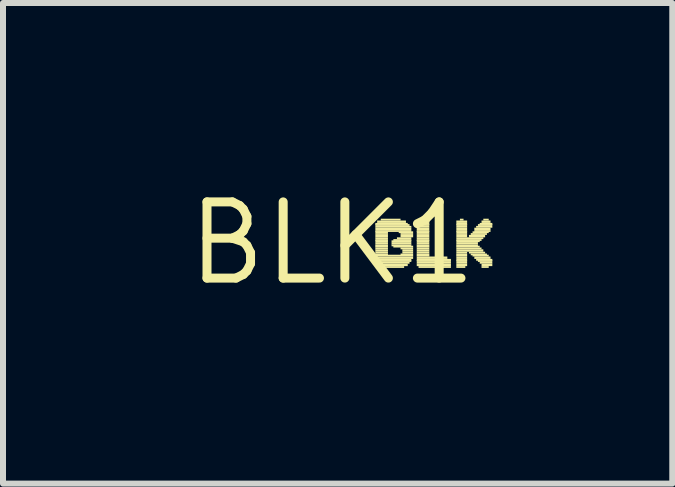
<source format=kicad_pcb>
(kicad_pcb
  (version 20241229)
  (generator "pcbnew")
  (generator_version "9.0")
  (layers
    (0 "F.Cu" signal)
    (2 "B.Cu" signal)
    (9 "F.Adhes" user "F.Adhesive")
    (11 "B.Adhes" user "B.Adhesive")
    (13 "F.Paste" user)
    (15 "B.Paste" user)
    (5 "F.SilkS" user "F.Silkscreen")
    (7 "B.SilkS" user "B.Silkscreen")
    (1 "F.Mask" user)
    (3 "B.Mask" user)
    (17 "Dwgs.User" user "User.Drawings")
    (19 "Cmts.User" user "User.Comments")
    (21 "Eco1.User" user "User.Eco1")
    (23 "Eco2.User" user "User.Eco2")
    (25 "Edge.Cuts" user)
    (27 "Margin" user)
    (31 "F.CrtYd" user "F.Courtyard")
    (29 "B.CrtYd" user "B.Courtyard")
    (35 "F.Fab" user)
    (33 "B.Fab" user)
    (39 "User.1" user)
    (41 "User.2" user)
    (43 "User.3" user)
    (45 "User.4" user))
  (footprint "BLK1"
    (layer "F.Cu")
    (at 2.487 1.006)
    (property "Reference" "BLK1" (at 0 0 0) (layer "F.SilkS") (effects (font (size 1.27 1.27) (thickness 0.15))))
    (attr through_hole)
    (fp_poly (pts (xy 0.72 -0.31) (xy 1.26 -0.31) (xy 1.26 -0.34) (xy 0.72 -0.34)) (stroke (width 0) (type solid)) (fill yes) (layer "F.SilkS"))
    (fp_poly (pts (xy 0.72 -0.29) (xy 1.29 -0.29) (xy 1.29 -0.32) (xy 0.72 -0.32)) (stroke (width 0) (type solid)) (fill yes) (layer "F.SilkS"))
    (fp_poly (pts (xy 0.72 -0.26) (xy 1.32 -0.26) (xy 1.32 -0.29) (xy 0.72 -0.29)) (stroke (width 0) (type solid)) (fill yes) (layer "F.SilkS"))
    (fp_poly (pts (xy 0.72 -0.22) (xy 1.32 -0.22) (xy 1.32 -0.26) (xy 0.72 -0.26)) (stroke (width 0) (type solid)) (fill yes) (layer "F.SilkS"))
    (fp_poly (pts (xy 0.72 -0.19) (xy 1.32 -0.19) (xy 1.32 -0.22) (xy 0.72 -0.22)) (stroke (width 0) (type solid)) (fill yes) (layer "F.SilkS"))
    (fp_poly (pts (xy 0.72 -0.17) (xy 0.93 -0.17) (xy 0.93 -0.2) (xy 0.72 -0.2)) (stroke (width 0) (type solid)) (fill yes) (layer "F.SilkS"))
    (fp_poly (pts (xy 0.72 -0.14) (xy 0.93 -0.14) (xy 0.93 -0.17) (xy 0.72 -0.17)) (stroke (width 0) (type solid)) (fill yes) (layer "F.SilkS"))
    (fp_poly (pts (xy 0.72 -0.1) (xy 0.93 -0.1) (xy 0.93 -0.14) (xy 0.72 -0.14)) (stroke (width 0) (type solid)) (fill yes) (layer "F.SilkS"))
    (fp_poly (pts (xy 0.72 -0.07) (xy 0.93 -0.07) (xy 0.93 -0.1) (xy 0.72 -0.1)) (stroke (width 0) (type solid)) (fill yes) (layer "F.SilkS"))
    (fp_poly (pts (xy 0.72 -0.04) (xy 0.93 -0.04) (xy 0.93 -0.07) (xy 0.72 -0.07)) (stroke (width 0) (type solid)) (fill yes) (layer "F.SilkS"))
    (fp_poly (pts (xy 0.72 -0.02) (xy 0.93 -0.02) (xy 0.93 -0.05) (xy 0.72 -0.05)) (stroke (width 0) (type solid)) (fill yes) (layer "F.SilkS"))
    (fp_poly (pts (xy 0.72 0.02) (xy 0.93 0.02) (xy 0.93 -0.02) (xy 0.72 -0.02)) (stroke (width 0) (type solid)) (fill yes) (layer "F.SilkS"))
    (fp_poly (pts (xy 0.72 0.05) (xy 0.93 0.05) (xy 0.93 0.02) (xy 0.72 0.02)) (stroke (width 0) (type solid)) (fill yes) (layer "F.SilkS"))
    (fp_poly (pts (xy 0.72 0.07) (xy 0.93 0.07) (xy 0.93 0.04) (xy 0.72 0.04)) (stroke (width 0) (type solid)) (fill yes) (layer "F.SilkS"))
    (fp_poly (pts (xy 0.72 0.1) (xy 0.93 0.1) (xy 0.93 0.07) (xy 0.72 0.07)) (stroke (width 0) (type solid)) (fill yes) (layer "F.SilkS"))
    (fp_poly (pts (xy 0.72 0.14) (xy 0.93 0.14) (xy 0.93 0.1) (xy 0.72 0.1)) (stroke (width 0) (type solid)) (fill yes) (layer "F.SilkS"))
    (fp_poly (pts (xy 0.72 0.17) (xy 0.93 0.17) (xy 0.93 0.14) (xy 0.72 0.14)) (stroke (width 0) (type solid)) (fill yes) (layer "F.SilkS"))
    (fp_poly (pts (xy 0.72 0.2) (xy 0.93 0.2) (xy 0.93 0.17) (xy 0.72 0.17)) (stroke (width 0) (type solid)) (fill yes) (layer "F.SilkS"))
    (fp_poly (pts (xy 0.72 0.22) (xy 1.35 0.22) (xy 1.35 0.19) (xy 0.72 0.19)) (stroke (width 0) (type solid)) (fill yes) (layer "F.SilkS"))
    (fp_poly (pts (xy 0.72 0.26) (xy 1.35 0.26) (xy 1.35 0.22) (xy 0.72 0.22)) (stroke (width 0) (type solid)) (fill yes) (layer "F.SilkS"))
    (fp_poly (pts (xy 0.72 0.29) (xy 1.32 0.29) (xy 1.32 0.26) (xy 0.72 0.26)) (stroke (width 0) (type solid)) (fill yes) (layer "F.SilkS"))
    (fp_poly (pts (xy 0.72 0.31) (xy 1.32 0.31) (xy 1.32 0.28) (xy 0.72 0.28)) (stroke (width 0) (type solid)) (fill yes) (layer "F.SilkS"))
    (fp_poly (pts (xy 0.72 0.34) (xy 1.29 0.34) (xy 1.29 0.31) (xy 0.72 0.31)) (stroke (width 0) (type solid)) (fill yes) (layer "F.SilkS"))
    (fp_poly (pts (xy 0.72 0.38) (xy 1.26 0.38) (xy 1.26 0.34) (xy 0.72 0.34)) (stroke (width 0) (type solid)) (fill yes) (layer "F.SilkS"))
    (fp_poly (pts (xy 0.75 -0.34) (xy 1.23 -0.34) (xy 1.23 -0.38) (xy 0.75 -0.38)) (stroke (width 0) (type solid)) (fill yes) (layer "F.SilkS"))
    (fp_poly (pts (xy 0.75 0.41) (xy 1.2 0.41) (xy 1.2 0.38) (xy 0.75 0.38)) (stroke (width 0) (type solid)) (fill yes) (layer "F.SilkS"))
    (fp_poly (pts (xy 0.81 -0.38) (xy 1.14 -0.38) (xy 1.14 -0.41) (xy 0.81 -0.41)) (stroke (width 0) (type solid)) (fill yes) (layer "F.SilkS"))
    (fp_poly (pts (xy 0.99 -0.02) (xy 1.32 -0.02) (xy 1.32 -0.05) (xy 0.99 -0.05)) (stroke (width 0) (type solid)) (fill yes) (layer "F.SilkS"))
    (fp_poly (pts (xy 0.99 0.02) (xy 1.32 0.02) (xy 1.32 -0.02) (xy 0.99 -0.02)) (stroke (width 0) (type solid)) (fill yes) (layer "F.SilkS"))
    (fp_poly (pts (xy 0.99 0.05) (xy 1.32 0.05) (xy 1.32 0.02) (xy 0.99 0.02)) (stroke (width 0) (type solid)) (fill yes) (layer "F.SilkS"))
    (fp_poly (pts (xy 1.02 -0.04) (xy 1.32 -0.04) (xy 1.32 -0.07) (xy 1.02 -0.07)) (stroke (width 0) (type solid)) (fill yes) (layer "F.SilkS"))
    (fp_poly (pts (xy 1.02 0.07) (xy 1.35 0.07) (xy 1.35 0.04) (xy 1.02 0.04)) (stroke (width 0) (type solid)) (fill yes) (layer "F.SilkS"))
    (fp_poly (pts (xy 1.08 -0.07) (xy 1.32 -0.07) (xy 1.32 -0.1) (xy 1.08 -0.1)) (stroke (width 0) (type solid)) (fill yes) (layer "F.SilkS"))
    (fp_poly (pts (xy 1.11 -0.17) (xy 1.35 -0.17) (xy 1.35 -0.2) (xy 1.11 -0.2)) (stroke (width 0) (type solid)) (fill yes) (layer "F.SilkS"))
    (fp_poly (pts (xy 1.14 -0.14) (xy 1.35 -0.14) (xy 1.35 -0.17) (xy 1.14 -0.17)) (stroke (width 0) (type solid)) (fill yes) (layer "F.SilkS"))
    (fp_poly (pts (xy 1.14 -0.1) (xy 1.35 -0.1) (xy 1.35 -0.14) (xy 1.14 -0.14)) (stroke (width 0) (type solid)) (fill yes) (layer "F.SilkS"))
    (fp_poly (pts (xy 1.14 0.1) (xy 1.35 0.1) (xy 1.35 0.07) (xy 1.14 0.07)) (stroke (width 0) (type solid)) (fill yes) (layer "F.SilkS"))
    (fp_poly (pts (xy 1.14 0.2) (xy 1.35 0.2) (xy 1.35 0.17) (xy 1.14 0.17)) (stroke (width 0) (type solid)) (fill yes) (layer "F.SilkS"))
    (fp_poly (pts (xy 1.17 0.14) (xy 1.35 0.14) (xy 1.35 0.1) (xy 1.17 0.1)) (stroke (width 0) (type solid)) (fill yes) (layer "F.SilkS"))
    (fp_poly (pts (xy 1.17 0.17) (xy 1.35 0.17) (xy 1.35 0.14) (xy 1.17 0.14)) (stroke (width 0) (type solid)) (fill yes) (layer "F.SilkS"))
    (fp_poly (pts (xy 1.41 -0.31) (xy 1.62 -0.31) (xy 1.62 -0.34) (xy 1.41 -0.34)) (stroke (width 0) (type solid)) (fill yes) (layer "F.SilkS"))
    (fp_poly (pts (xy 1.41 -0.29) (xy 1.62 -0.29) (xy 1.62 -0.32) (xy 1.41 -0.32)) (stroke (width 0) (type solid)) (fill yes) (layer "F.SilkS"))
    (fp_poly (pts (xy 1.41 -0.26) (xy 1.62 -0.26) (xy 1.62 -0.29) (xy 1.41 -0.29)) (stroke (width 0) (type solid)) (fill yes) (layer "F.SilkS"))
    (fp_poly (pts (xy 1.41 -0.22) (xy 1.62 -0.22) (xy 1.62 -0.26) (xy 1.41 -0.26)) (stroke (width 0) (type solid)) (fill yes) (layer "F.SilkS"))
    (fp_poly (pts (xy 1.41 -0.19) (xy 1.62 -0.19) (xy 1.62 -0.22) (xy 1.41 -0.22)) (stroke (width 0) (type solid)) (fill yes) (layer "F.SilkS"))
    (fp_poly (pts (xy 1.41 -0.17) (xy 1.62 -0.17) (xy 1.62 -0.2) (xy 1.41 -0.2)) (stroke (width 0) (type solid)) (fill yes) (layer "F.SilkS"))
    (fp_poly (pts (xy 1.41 -0.14) (xy 1.62 -0.14) (xy 1.62 -0.17) (xy 1.41 -0.17)) (stroke (width 0) (type solid)) (fill yes) (layer "F.SilkS"))
    (fp_poly (pts (xy 1.41 -0.1) (xy 1.62 -0.1) (xy 1.62 -0.14) (xy 1.41 -0.14)) (stroke (width 0) (type solid)) (fill yes) (layer "F.SilkS"))
    (fp_poly (pts (xy 1.41 -0.07) (xy 1.62 -0.07) (xy 1.62 -0.1) (xy 1.41 -0.1)) (stroke (width 0) (type solid)) (fill yes) (layer "F.SilkS"))
    (fp_poly (pts (xy 1.41 -0.04) (xy 1.62 -0.04) (xy 1.62 -0.07) (xy 1.41 -0.07)) (stroke (width 0) (type solid)) (fill yes) (layer "F.SilkS"))
    (fp_poly (pts (xy 1.41 -0.02) (xy 1.62 -0.02) (xy 1.62 -0.05) (xy 1.41 -0.05)) (stroke (width 0) (type solid)) (fill yes) (layer "F.SilkS"))
    (fp_poly (pts (xy 1.41 0.02) (xy 1.62 0.02) (xy 1.62 -0.02) (xy 1.41 -0.02)) (stroke (width 0) (type solid)) (fill yes) (layer "F.SilkS"))
    (fp_poly (pts (xy 1.41 0.05) (xy 1.62 0.05) (xy 1.62 0.02) (xy 1.41 0.02)) (stroke (width 0) (type solid)) (fill yes) (layer "F.SilkS"))
    (fp_poly (pts (xy 1.41 0.07) (xy 1.62 0.07) (xy 1.62 0.04) (xy 1.41 0.04)) (stroke (width 0) (type solid)) (fill yes) (layer "F.SilkS"))
    (fp_poly (pts (xy 1.41 0.1) (xy 1.62 0.1) (xy 1.62 0.07) (xy 1.41 0.07)) (stroke (width 0) (type solid)) (fill yes) (layer "F.SilkS"))
    (fp_poly (pts (xy 1.41 0.14) (xy 1.62 0.14) (xy 1.62 0.1) (xy 1.41 0.1)) (stroke (width 0) (type solid)) (fill yes) (layer "F.SilkS"))
    (fp_poly (pts (xy 1.41 0.17) (xy 1.62 0.17) (xy 1.62 0.14) (xy 1.41 0.14)) (stroke (width 0) (type solid)) (fill yes) (layer "F.SilkS"))
    (fp_poly (pts (xy 1.41 0.2) (xy 1.62 0.2) (xy 1.62 0.17) (xy 1.41 0.17)) (stroke (width 0) (type solid)) (fill yes) (layer "F.SilkS"))
    (fp_poly (pts (xy 1.41 0.22) (xy 1.62 0.22) (xy 1.62 0.19) (xy 1.41 0.19)) (stroke (width 0) (type solid)) (fill yes) (layer "F.SilkS"))
    (fp_poly (pts (xy 1.41 0.26) (xy 1.92 0.26) (xy 1.92 0.22) (xy 1.41 0.22)) (stroke (width 0) (type solid)) (fill yes) (layer "F.SilkS"))
    (fp_poly (pts (xy 1.41 0.29) (xy 1.98 0.29) (xy 1.98 0.26) (xy 1.41 0.26)) (stroke (width 0) (type solid)) (fill yes) (layer "F.SilkS"))
    (fp_poly (pts (xy 1.41 0.31) (xy 1.98 0.31) (xy 1.98 0.28) (xy 1.41 0.28)) (stroke (width 0) (type solid)) (fill yes) (layer "F.SilkS"))
    (fp_poly (pts (xy 1.41 0.34) (xy 1.98 0.34) (xy 1.98 0.31) (xy 1.41 0.31)) (stroke (width 0) (type solid)) (fill yes) (layer "F.SilkS"))
    (fp_poly (pts (xy 1.41 0.38) (xy 1.98 0.38) (xy 1.98 0.34) (xy 1.41 0.34)) (stroke (width 0) (type solid)) (fill yes) (layer "F.SilkS"))
    (fp_poly (pts (xy 1.44 -0.34) (xy 1.62 -0.34) (xy 1.62 -0.38) (xy 1.44 -0.38)) (stroke (width 0) (type solid)) (fill yes) (layer "F.SilkS"))
    (fp_poly (pts (xy 1.44 0.41) (xy 1.98 0.41) (xy 1.98 0.38) (xy 1.44 0.38)) (stroke (width 0) (type solid)) (fill yes) (layer "F.SilkS"))
    (fp_poly (pts (xy 1.5 -0.38) (xy 1.53 -0.38) (xy 1.53 -0.41) (xy 1.5 -0.41)) (stroke (width 0) (type solid)) (fill yes) (layer "F.SilkS"))
    (fp_poly (pts (xy 2.07 -0.34) (xy 2.25 -0.34) (xy 2.25 -0.38) (xy 2.07 -0.38)) (stroke (width 0) (type solid)) (fill yes) (layer "F.SilkS"))
    (fp_poly (pts (xy 2.07 -0.31) (xy 2.25 -0.31) (xy 2.25 -0.34) (xy 2.07 -0.34)) (stroke (width 0) (type solid)) (fill yes) (layer "F.SilkS"))
    (fp_poly (pts (xy 2.07 -0.29) (xy 2.25 -0.29) (xy 2.25 -0.32) (xy 2.07 -0.32)) (stroke (width 0) (type solid)) (fill yes) (layer "F.SilkS"))
    (fp_poly (pts (xy 2.07 -0.26) (xy 2.25 -0.26) (xy 2.25 -0.29) (xy 2.07 -0.29)) (stroke (width 0) (type solid)) (fill yes) (layer "F.SilkS"))
    (fp_poly (pts (xy 2.07 -0.22) (xy 2.25 -0.22) (xy 2.25 -0.26) (xy 2.07 -0.26)) (stroke (width 0) (type solid)) (fill yes) (layer "F.SilkS"))
    (fp_poly (pts (xy 2.07 -0.19) (xy 2.25 -0.19) (xy 2.25 -0.22) (xy 2.07 -0.22)) (stroke (width 0) (type solid)) (fill yes) (layer "F.SilkS"))
    (fp_poly (pts (xy 2.07 -0.17) (xy 2.25 -0.17) (xy 2.25 -0.2) (xy 2.07 -0.2)) (stroke (width 0) (type solid)) (fill yes) (layer "F.SilkS"))
    (fp_poly (pts (xy 2.07 -0.14) (xy 2.25 -0.14) (xy 2.25 -0.17) (xy 2.07 -0.17)) (stroke (width 0) (type solid)) (fill yes) (layer "F.SilkS"))
    (fp_poly (pts (xy 2.07 -0.1) (xy 2.25 -0.1) (xy 2.25 -0.14) (xy 2.07 -0.14)) (stroke (width 0) (type solid)) (fill yes) (layer "F.SilkS"))
    (fp_poly (pts (xy 2.07 -0.07) (xy 2.52 -0.07) (xy 2.52 -0.1) (xy 2.07 -0.1)) (stroke (width 0) (type solid)) (fill yes) (layer "F.SilkS"))
    (fp_poly (pts (xy 2.07 -0.04) (xy 2.49 -0.04) (xy 2.49 -0.07) (xy 2.07 -0.07)) (stroke (width 0) (type solid)) (fill yes) (layer "F.SilkS"))
    (fp_poly (pts (xy 2.07 -0.02) (xy 2.46 -0.02) (xy 2.46 -0.05) (xy 2.07 -0.05)) (stroke (width 0) (type solid)) (fill yes) (layer "F.SilkS"))
    (fp_poly (pts (xy 2.07 0.02) (xy 2.43 0.02) (xy 2.43 -0.02) (xy 2.07 -0.02)) (stroke (width 0) (type solid)) (fill yes) (layer "F.SilkS"))
    (fp_poly (pts (xy 2.07 0.05) (xy 2.43 0.05) (xy 2.43 0.02) (xy 2.07 0.02)) (stroke (width 0) (type solid)) (fill yes) (layer "F.SilkS"))
    (fp_poly (pts (xy 2.07 0.07) (xy 2.46 0.07) (xy 2.46 0.04) (xy 2.07 0.04)) (stroke (width 0) (type solid)) (fill yes) (layer "F.SilkS"))
    (fp_poly (pts (xy 2.07 0.1) (xy 2.49 0.1) (xy 2.49 0.07) (xy 2.07 0.07)) (stroke (width 0) (type solid)) (fill yes) (layer "F.SilkS"))
    (fp_poly (pts (xy 2.07 0.14) (xy 2.52 0.14) (xy 2.52 0.1) (xy 2.07 0.1)) (stroke (width 0) (type solid)) (fill yes) (layer "F.SilkS"))
    (fp_poly (pts (xy 2.07 0.17) (xy 2.25 0.17) (xy 2.25 0.14) (xy 2.07 0.14)) (stroke (width 0) (type solid)) (fill yes) (layer "F.SilkS"))
    (fp_poly (pts (xy 2.07 0.2) (xy 2.25 0.2) (xy 2.25 0.17) (xy 2.07 0.17)) (stroke (width 0) (type solid)) (fill yes) (layer "F.SilkS"))
    (fp_poly (pts (xy 2.07 0.22) (xy 2.25 0.22) (xy 2.25 0.19) (xy 2.07 0.19)) (stroke (width 0) (type solid)) (fill yes) (layer "F.SilkS"))
    (fp_poly (pts (xy 2.07 0.26) (xy 2.25 0.26) (xy 2.25 0.22) (xy 2.07 0.22)) (stroke (width 0) (type solid)) (fill yes) (layer "F.SilkS"))
    (fp_poly (pts (xy 2.07 0.29) (xy 2.25 0.29) (xy 2.25 0.26) (xy 2.07 0.26)) (stroke (width 0) (type solid)) (fill yes) (layer "F.SilkS"))
    (fp_poly (pts (xy 2.07 0.31) (xy 2.25 0.31) (xy 2.25 0.28) (xy 2.07 0.28)) (stroke (width 0) (type solid)) (fill yes) (layer "F.SilkS"))
    (fp_poly (pts (xy 2.07 0.34) (xy 2.25 0.34) (xy 2.25 0.31) (xy 2.07 0.31)) (stroke (width 0) (type solid)) (fill yes) (layer "F.SilkS"))
    (fp_poly (pts (xy 2.07 0.38) (xy 2.25 0.38) (xy 2.25 0.34) (xy 2.07 0.34)) (stroke (width 0) (type solid)) (fill yes) (layer "F.SilkS"))
    (fp_poly (pts (xy 2.07 0.41) (xy 2.22 0.41) (xy 2.22 0.38) (xy 2.07 0.38)) (stroke (width 0) (type solid)) (fill yes) (layer "F.SilkS"))
    (fp_poly (pts (xy 2.13 -0.38) (xy 2.19 -0.38) (xy 2.19 -0.41) (xy 2.13 -0.41)) (stroke (width 0) (type solid)) (fill yes) (layer "F.SilkS"))
    (fp_poly (pts (xy 2.28 -0.1) (xy 2.55 -0.1) (xy 2.55 -0.14) (xy 2.28 -0.14)) (stroke (width 0) (type solid)) (fill yes) (layer "F.SilkS"))
    (fp_poly (pts (xy 2.28 0.17) (xy 2.55 0.17) (xy 2.55 0.14) (xy 2.28 0.14)) (stroke (width 0) (type solid)) (fill yes) (layer "F.SilkS"))
    (fp_poly (pts (xy 2.31 -0.14) (xy 2.58 -0.14) (xy 2.58 -0.17) (xy 2.31 -0.17)) (stroke (width 0) (type solid)) (fill yes) (layer "F.SilkS"))
    (fp_poly (pts (xy 2.31 0.2) (xy 2.58 0.2) (xy 2.58 0.17) (xy 2.31 0.17)) (stroke (width 0) (type solid)) (fill yes) (layer "F.SilkS"))
    (fp_poly (pts (xy 2.34 -0.17) (xy 2.61 -0.17) (xy 2.61 -0.2) (xy 2.34 -0.2)) (stroke (width 0) (type solid)) (fill yes) (layer "F.SilkS"))
    (fp_poly (pts (xy 2.34 0.22) (xy 2.61 0.22) (xy 2.61 0.19) (xy 2.34 0.19)) (stroke (width 0) (type solid)) (fill yes) (layer "F.SilkS"))
    (fp_poly (pts (xy 2.37 -0.22) (xy 2.64 -0.22) (xy 2.64 -0.26) (xy 2.37 -0.26)) (stroke (width 0) (type solid)) (fill yes) (layer "F.SilkS"))
    (fp_poly (pts (xy 2.37 -0.19) (xy 2.64 -0.19) (xy 2.64 -0.22) (xy 2.37 -0.22)) (stroke (width 0) (type solid)) (fill yes) (layer "F.SilkS"))
    (fp_poly (pts (xy 2.37 0.26) (xy 2.64 0.26) (xy 2.64 0.22) (xy 2.37 0.22)) (stroke (width 0) (type solid)) (fill yes) (layer "F.SilkS"))
    (fp_poly (pts (xy 2.4 -0.26) (xy 2.67 -0.26) (xy 2.67 -0.29) (xy 2.4 -0.29)) (stroke (width 0) (type solid)) (fill yes) (layer "F.SilkS"))
    (fp_poly (pts (xy 2.4 0.29) (xy 2.67 0.29) (xy 2.67 0.26) (xy 2.4 0.26)) (stroke (width 0) (type solid)) (fill yes) (layer "F.SilkS"))
    (fp_poly (pts (xy 2.43 -0.29) (xy 2.67 -0.29) (xy 2.67 -0.32) (xy 2.43 -0.32)) (stroke (width 0) (type solid)) (fill yes) (layer "F.SilkS"))
    (fp_poly (pts (xy 2.43 0.31) (xy 2.67 0.31) (xy 2.67 0.28) (xy 2.43 0.28)) (stroke (width 0) (type solid)) (fill yes) (layer "F.SilkS"))
    (fp_poly (pts (xy 2.46 -0.31) (xy 2.67 -0.31) (xy 2.67 -0.34) (xy 2.46 -0.34)) (stroke (width 0) (type solid)) (fill yes) (layer "F.SilkS"))
    (fp_poly (pts (xy 2.46 0.34) (xy 2.67 0.34) (xy 2.67 0.31) (xy 2.46 0.31)) (stroke (width 0) (type solid)) (fill yes) (layer "F.SilkS"))
    (fp_poly (pts (xy 2.49 -0.34) (xy 2.64 -0.34) (xy 2.64 -0.38) (xy 2.49 -0.38)) (stroke (width 0) (type solid)) (fill yes) (layer "F.SilkS"))
    (fp_poly (pts (xy 2.49 0.38) (xy 2.67 0.38) (xy 2.67 0.34) (xy 2.49 0.34)) (stroke (width 0) (type solid)) (fill yes) (layer "F.SilkS"))
    (fp_poly (pts (xy 2.49 0.41) (xy 2.61 0.41) (xy 2.61 0.38) (xy 2.49 0.38)) (stroke (width 0) (type solid)) (fill yes) (layer "F.SilkS"))
    (fp_poly (pts (xy 2.52 -0.38) (xy 2.61 -0.38) (xy 2.61 -0.41) (xy 2.52 -0.41)) (stroke (width 0) (type solid)) (fill yes) (layer "F.SilkS")))
  (gr_rect
    (start -3 -3)
    (end 8.157 5.012)
    (stroke (width 0.1) (type default))
    (fill no)
    (layer "Edge.Cuts")))
</source>
